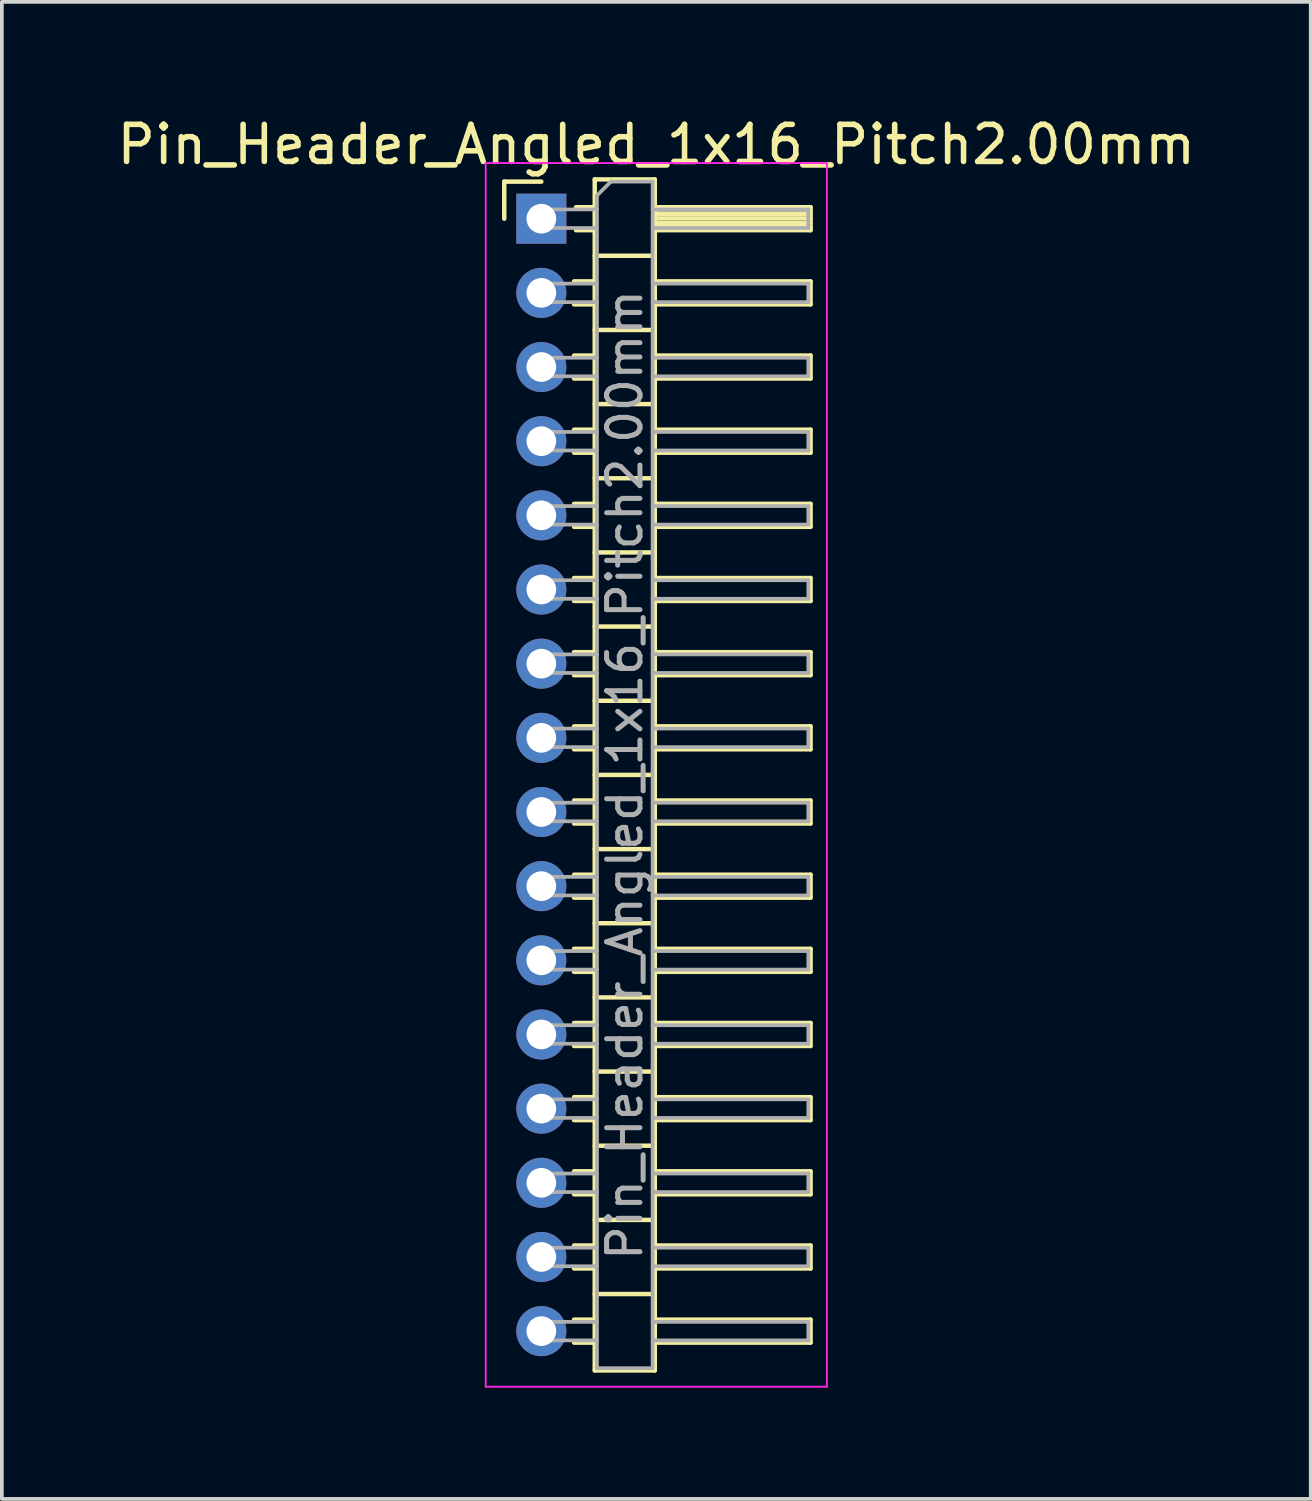
<source format=kicad_pcb>
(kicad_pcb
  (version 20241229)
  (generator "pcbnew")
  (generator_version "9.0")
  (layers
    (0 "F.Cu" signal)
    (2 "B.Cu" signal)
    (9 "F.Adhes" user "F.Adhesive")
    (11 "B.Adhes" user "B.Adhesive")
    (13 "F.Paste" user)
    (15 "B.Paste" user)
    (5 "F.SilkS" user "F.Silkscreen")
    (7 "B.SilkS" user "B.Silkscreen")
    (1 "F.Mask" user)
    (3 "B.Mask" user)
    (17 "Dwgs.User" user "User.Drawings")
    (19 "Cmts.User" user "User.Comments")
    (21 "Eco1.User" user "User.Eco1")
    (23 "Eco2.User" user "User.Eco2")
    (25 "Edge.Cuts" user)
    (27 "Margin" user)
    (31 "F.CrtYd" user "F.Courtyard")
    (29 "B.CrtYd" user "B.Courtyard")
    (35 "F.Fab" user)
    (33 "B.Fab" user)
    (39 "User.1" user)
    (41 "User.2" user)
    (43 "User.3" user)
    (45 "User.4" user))
  (footprint "Pin_Header_Angled_1x16_Pitch2.00mm"
    (layer "F.Cu")
    (at 11.549 2.848)
    (property "Reference" "Pin_Header_Angled_1x16_Pitch2.00mm" (at 3.1 -2 0) (layer "F.SilkS") (effects (font (size 1 1) (thickness 0.15))))
    (attr through_hole)
    (fp_line (start -1 -1) (end 0 -1) (stroke (width 0.12) (type solid)) (layer "F.SilkS"))
    (fp_line (start -1 0) (end -1 -1) (stroke (width 0.12) (type solid)) (layer "F.SilkS"))
    (fp_line (start 0.882 1.69) (end 1.44 1.69) (stroke (width 0.12) (type solid)) (layer "F.SilkS"))
    (fp_line (start 0.882 2.31) (end 1.44 2.31) (stroke (width 0.12) (type solid)) (layer "F.SilkS"))
    (fp_line (start 0.882 3.69) (end 1.44 3.69) (stroke (width 0.12) (type solid)) (layer "F.SilkS"))
    (fp_line (start 0.882 4.31) (end 1.44 4.31) (stroke (width 0.12) (type solid)) (layer "F.SilkS"))
    (fp_line (start 0.882 5.69) (end 1.44 5.69) (stroke (width 0.12) (type solid)) (layer "F.SilkS"))
    (fp_line (start 0.882 6.31) (end 1.44 6.31) (stroke (width 0.12) (type solid)) (layer "F.SilkS"))
    (fp_line (start 0.882 7.69) (end 1.44 7.69) (stroke (width 0.12) (type solid)) (layer "F.SilkS"))
    (fp_line (start 0.882 8.31) (end 1.44 8.31) (stroke (width 0.12) (type solid)) (layer "F.SilkS"))
    (fp_line (start 0.882 9.69) (end 1.44 9.69) (stroke (width 0.12) (type solid)) (layer "F.SilkS"))
    (fp_line (start 0.882 10.31) (end 1.44 10.31) (stroke (width 0.12) (type solid)) (layer "F.SilkS"))
    (fp_line (start 0.882 11.69) (end 1.44 11.69) (stroke (width 0.12) (type solid)) (layer "F.SilkS"))
    (fp_line (start 0.882 12.31) (end 1.44 12.31) (stroke (width 0.12) (type solid)) (layer "F.SilkS"))
    (fp_line (start 0.882 13.69) (end 1.44 13.69) (stroke (width 0.12) (type solid)) (layer "F.SilkS"))
    (fp_line (start 0.882 14.31) (end 1.44 14.31) (stroke (width 0.12) (type solid)) (layer "F.SilkS"))
    (fp_line (start 0.882 15.69) (end 1.44 15.69) (stroke (width 0.12) (type solid)) (layer "F.SilkS"))
    (fp_line (start 0.882 16.31) (end 1.44 16.31) (stroke (width 0.12) (type solid)) (layer "F.SilkS"))
    (fp_line (start 0.882 17.69) (end 1.44 17.69) (stroke (width 0.12) (type solid)) (layer "F.SilkS"))
    (fp_line (start 0.882 18.31) (end 1.44 18.31) (stroke (width 0.12) (type solid)) (layer "F.SilkS"))
    (fp_line (start 0.882 19.69) (end 1.44 19.69) (stroke (width 0.12) (type solid)) (layer "F.SilkS"))
    (fp_line (start 0.882 20.31) (end 1.44 20.31) (stroke (width 0.12) (type solid)) (layer "F.SilkS"))
    (fp_line (start 0.882 21.69) (end 1.44 21.69) (stroke (width 0.12) (type solid)) (layer "F.SilkS"))
    (fp_line (start 0.882 22.31) (end 1.44 22.31) (stroke (width 0.12) (type solid)) (layer "F.SilkS"))
    (fp_line (start 0.882 23.69) (end 1.44 23.69) (stroke (width 0.12) (type solid)) (layer "F.SilkS"))
    (fp_line (start 0.882 24.31) (end 1.44 24.31) (stroke (width 0.12) (type solid)) (layer "F.SilkS"))
    (fp_line (start 0.882 25.69) (end 1.44 25.69) (stroke (width 0.12) (type solid)) (layer "F.SilkS"))
    (fp_line (start 0.882 26.31) (end 1.44 26.31) (stroke (width 0.12) (type solid)) (layer "F.SilkS"))
    (fp_line (start 0.882 27.69) (end 1.44 27.69) (stroke (width 0.12) (type solid)) (layer "F.SilkS"))
    (fp_line (start 0.882 28.31) (end 1.44 28.31) (stroke (width 0.12) (type solid)) (layer "F.SilkS"))
    (fp_line (start 0.882 29.69) (end 1.44 29.69) (stroke (width 0.12) (type solid)) (layer "F.SilkS"))
    (fp_line (start 0.882 30.31) (end 1.44 30.31) (stroke (width 0.12) (type solid)) (layer "F.SilkS"))
    (fp_line (start 0.935 -0.31) (end 1.44 -0.31) (stroke (width 0.12) (type solid)) (layer "F.SilkS"))
    (fp_line (start 0.935 0.31) (end 1.44 0.31) (stroke (width 0.12) (type solid)) (layer "F.SilkS"))
    (fp_line (start 1.44 -1.06) (end 1.44 31.06) (stroke (width 0.12) (type solid)) (layer "F.SilkS"))
    (fp_line (start 1.44 1) (end 3.06 1) (stroke (width 0.12) (type solid)) (layer "F.SilkS"))
    (fp_line (start 1.44 3) (end 3.06 3) (stroke (width 0.12) (type solid)) (layer "F.SilkS"))
    (fp_line (start 1.44 5) (end 3.06 5) (stroke (width 0.12) (type solid)) (layer "F.SilkS"))
    (fp_line (start 1.44 7) (end 3.06 7) (stroke (width 0.12) (type solid)) (layer "F.SilkS"))
    (fp_line (start 1.44 9) (end 3.06 9) (stroke (width 0.12) (type solid)) (layer "F.SilkS"))
    (fp_line (start 1.44 11) (end 3.06 11) (stroke (width 0.12) (type solid)) (layer "F.SilkS"))
    (fp_line (start 1.44 13) (end 3.06 13) (stroke (width 0.12) (type solid)) (layer "F.SilkS"))
    (fp_line (start 1.44 15) (end 3.06 15) (stroke (width 0.12) (type solid)) (layer "F.SilkS"))
    (fp_line (start 1.44 17) (end 3.06 17) (stroke (width 0.12) (type solid)) (layer "F.SilkS"))
    (fp_line (start 1.44 19) (end 3.06 19) (stroke (width 0.12) (type solid)) (layer "F.SilkS"))
    (fp_line (start 1.44 21) (end 3.06 21) (stroke (width 0.12) (type solid)) (layer "F.SilkS"))
    (fp_line (start 1.44 23) (end 3.06 23) (stroke (width 0.12) (type solid)) (layer "F.SilkS"))
    (fp_line (start 1.44 25) (end 3.06 25) (stroke (width 0.12) (type solid)) (layer "F.SilkS"))
    (fp_line (start 1.44 27) (end 3.06 27) (stroke (width 0.12) (type solid)) (layer "F.SilkS"))
    (fp_line (start 1.44 29) (end 3.06 29) (stroke (width 0.12) (type solid)) (layer "F.SilkS"))
    (fp_line (start 1.44 31.06) (end 3.06 31.06) (stroke (width 0.12) (type solid)) (layer "F.SilkS"))
    (fp_line (start 3.06 -1.06) (end 1.44 -1.06) (stroke (width 0.12) (type solid)) (layer "F.SilkS"))
    (fp_line (start 3.06 -0.31) (end 7.26 -0.31) (stroke (width 0.12) (type solid)) (layer "F.SilkS"))
    (fp_line (start 3.06 -0.25) (end 7.26 -0.25) (stroke (width 0.12) (type solid)) (layer "F.SilkS"))
    (fp_line (start 3.06 -0.13) (end 7.26 -0.13) (stroke (width 0.12) (type solid)) (layer "F.SilkS"))
    (fp_line (start 3.06 -0.01) (end 7.26 -0.01) (stroke (width 0.12) (type solid)) (layer "F.SilkS"))
    (fp_line (start 3.06 0.11) (end 7.26 0.11) (stroke (width 0.12) (type solid)) (layer "F.SilkS"))
    (fp_line (start 3.06 0.23) (end 7.26 0.23) (stroke (width 0.12) (type solid)) (layer "F.SilkS"))
    (fp_line (start 3.06 1.69) (end 7.26 1.69) (stroke (width 0.12) (type solid)) (layer "F.SilkS"))
    (fp_line (start 3.06 3.69) (end 7.26 3.69) (stroke (width 0.12) (type solid)) (layer "F.SilkS"))
    (fp_line (start 3.06 5.69) (end 7.26 5.69) (stroke (width 0.12) (type solid)) (layer "F.SilkS"))
    (fp_line (start 3.06 7.69) (end 7.26 7.69) (stroke (width 0.12) (type solid)) (layer "F.SilkS"))
    (fp_line (start 3.06 9.69) (end 7.26 9.69) (stroke (width 0.12) (type solid)) (layer "F.SilkS"))
    (fp_line (start 3.06 11.69) (end 7.26 11.69) (stroke (width 0.12) (type solid)) (layer "F.SilkS"))
    (fp_line (start 3.06 13.69) (end 7.26 13.69) (stroke (width 0.12) (type solid)) (layer "F.SilkS"))
    (fp_line (start 3.06 15.69) (end 7.26 15.69) (stroke (width 0.12) (type solid)) (layer "F.SilkS"))
    (fp_line (start 3.06 17.69) (end 7.26 17.69) (stroke (width 0.12) (type solid)) (layer "F.SilkS"))
    (fp_line (start 3.06 19.69) (end 7.26 19.69) (stroke (width 0.12) (type solid)) (layer "F.SilkS"))
    (fp_line (start 3.06 21.69) (end 7.26 21.69) (stroke (width 0.12) (type solid)) (layer "F.SilkS"))
    (fp_line (start 3.06 23.69) (end 7.26 23.69) (stroke (width 0.12) (type solid)) (layer "F.SilkS"))
    (fp_line (start 3.06 25.69) (end 7.26 25.69) (stroke (width 0.12) (type solid)) (layer "F.SilkS"))
    (fp_line (start 3.06 27.69) (end 7.26 27.69) (stroke (width 0.12) (type solid)) (layer "F.SilkS"))
    (fp_line (start 3.06 29.69) (end 7.26 29.69) (stroke (width 0.12) (type solid)) (layer "F.SilkS"))
    (fp_line (start 3.06 31.06) (end 3.06 -1.06) (stroke (width 0.12) (type solid)) (layer "F.SilkS"))
    (fp_line (start 7.26 -0.31) (end 7.26 0.31) (stroke (width 0.12) (type solid)) (layer "F.SilkS"))
    (fp_line (start 7.26 0.31) (end 3.06 0.31) (stroke (width 0.12) (type solid)) (layer "F.SilkS"))
    (fp_line (start 7.26 1.69) (end 7.26 2.31) (stroke (width 0.12) (type solid)) (layer "F.SilkS"))
    (fp_line (start 7.26 2.31) (end 3.06 2.31) (stroke (width 0.12) (type solid)) (layer "F.SilkS"))
    (fp_line (start 7.26 3.69) (end 7.26 4.31) (stroke (width 0.12) (type solid)) (layer "F.SilkS"))
    (fp_line (start 7.26 4.31) (end 3.06 4.31) (stroke (width 0.12) (type solid)) (layer "F.SilkS"))
    (fp_line (start 7.26 5.69) (end 7.26 6.31) (stroke (width 0.12) (type solid)) (layer "F.SilkS"))
    (fp_line (start 7.26 6.31) (end 3.06 6.31) (stroke (width 0.12) (type solid)) (layer "F.SilkS"))
    (fp_line (start 7.26 7.69) (end 7.26 8.31) (stroke (width 0.12) (type solid)) (layer "F.SilkS"))
    (fp_line (start 7.26 8.31) (end 3.06 8.31) (stroke (width 0.12) (type solid)) (layer "F.SilkS"))
    (fp_line (start 7.26 9.69) (end 7.26 10.31) (stroke (width 0.12) (type solid)) (layer "F.SilkS"))
    (fp_line (start 7.26 10.31) (end 3.06 10.31) (stroke (width 0.12) (type solid)) (layer "F.SilkS"))
    (fp_line (start 7.26 11.69) (end 7.26 12.31) (stroke (width 0.12) (type solid)) (layer "F.SilkS"))
    (fp_line (start 7.26 12.31) (end 3.06 12.31) (stroke (width 0.12) (type solid)) (layer "F.SilkS"))
    (fp_line (start 7.26 13.69) (end 7.26 14.31) (stroke (width 0.12) (type solid)) (layer "F.SilkS"))
    (fp_line (start 7.26 14.31) (end 3.06 14.31) (stroke (width 0.12) (type solid)) (layer "F.SilkS"))
    (fp_line (start 7.26 15.69) (end 7.26 16.31) (stroke (width 0.12) (type solid)) (layer "F.SilkS"))
    (fp_line (start 7.26 16.31) (end 3.06 16.31) (stroke (width 0.12) (type solid)) (layer "F.SilkS"))
    (fp_line (start 7.26 17.69) (end 7.26 18.31) (stroke (width 0.12) (type solid)) (layer "F.SilkS"))
    (fp_line (start 7.26 18.31) (end 3.06 18.31) (stroke (width 0.12) (type solid)) (layer "F.SilkS"))
    (fp_line (start 7.26 19.69) (end 7.26 20.31) (stroke (width 0.12) (type solid)) (layer "F.SilkS"))
    (fp_line (start 7.26 20.31) (end 3.06 20.31) (stroke (width 0.12) (type solid)) (layer "F.SilkS"))
    (fp_line (start 7.26 21.69) (end 7.26 22.31) (stroke (width 0.12) (type solid)) (layer "F.SilkS"))
    (fp_line (start 7.26 22.31) (end 3.06 22.31) (stroke (width 0.12) (type solid)) (layer "F.SilkS"))
    (fp_line (start 7.26 23.69) (end 7.26 24.31) (stroke (width 0.12) (type solid)) (layer "F.SilkS"))
    (fp_line (start 7.26 24.31) (end 3.06 24.31) (stroke (width 0.12) (type solid)) (layer "F.SilkS"))
    (fp_line (start 7.26 25.69) (end 7.26 26.31) (stroke (width 0.12) (type solid)) (layer "F.SilkS"))
    (fp_line (start 7.26 26.31) (end 3.06 26.31) (stroke (width 0.12) (type solid)) (layer "F.SilkS"))
    (fp_line (start 7.26 27.69) (end 7.26 28.31) (stroke (width 0.12) (type solid)) (layer "F.SilkS"))
    (fp_line (start 7.26 28.31) (end 3.06 28.31) (stroke (width 0.12) (type solid)) (layer "F.SilkS"))
    (fp_line (start 7.26 29.69) (end 7.26 30.31) (stroke (width 0.12) (type solid)) (layer "F.SilkS"))
    (fp_line (start 7.26 30.31) (end 3.06 30.31) (stroke (width 0.12) (type solid)) (layer "F.SilkS"))
    (fp_line (start -1.5 -1.5) (end -1.5 31.5) (stroke (width 0.05) (type solid)) (layer "F.CrtYd"))
    (fp_line (start -1.5 31.5) (end 7.7 31.5) (stroke (width 0.05) (type solid)) (layer "F.CrtYd"))
    (fp_line (start 7.7 -1.5) (end -1.5 -1.5) (stroke (width 0.05) (type solid)) (layer "F.CrtYd"))
    (fp_line (start 7.7 31.5) (end 7.7 -1.5) (stroke (width 0.05) (type solid)) (layer "F.CrtYd"))
    (fp_line (start -0.25 -0.25) (end -0.25 0.25) (stroke (width 0.1) (type solid)) (layer "F.Fab"))
    (fp_line (start -0.25 -0.25) (end 1.5 -0.25) (stroke (width 0.1) (type solid)) (layer "F.Fab"))
    (fp_line (start -0.25 0.25) (end 1.5 0.25) (stroke (width 0.1) (type solid)) (layer "F.Fab"))
    (fp_line (start -0.25 1.75) (end -0.25 2.25) (stroke (width 0.1) (type solid)) (layer "F.Fab"))
    (fp_line (start -0.25 1.75) (end 1.5 1.75) (stroke (width 0.1) (type solid)) (layer "F.Fab"))
    (fp_line (start -0.25 2.25) (end 1.5 2.25) (stroke (width 0.1) (type solid)) (layer "F.Fab"))
    (fp_line (start -0.25 3.75) (end -0.25 4.25) (stroke (width 0.1) (type solid)) (layer "F.Fab"))
    (fp_line (start -0.25 3.75) (end 1.5 3.75) (stroke (width 0.1) (type solid)) (layer "F.Fab"))
    (fp_line (start -0.25 4.25) (end 1.5 4.25) (stroke (width 0.1) (type solid)) (layer "F.Fab"))
    (fp_line (start -0.25 5.75) (end -0.25 6.25) (stroke (width 0.1) (type solid)) (layer "F.Fab"))
    (fp_line (start -0.25 5.75) (end 1.5 5.75) (stroke (width 0.1) (type solid)) (layer "F.Fab"))
    (fp_line (start -0.25 6.25) (end 1.5 6.25) (stroke (width 0.1) (type solid)) (layer "F.Fab"))
    (fp_line (start -0.25 7.75) (end -0.25 8.25) (stroke (width 0.1) (type solid)) (layer "F.Fab"))
    (fp_line (start -0.25 7.75) (end 1.5 7.75) (stroke (width 0.1) (type solid)) (layer "F.Fab"))
    (fp_line (start -0.25 8.25) (end 1.5 8.25) (stroke (width 0.1) (type solid)) (layer "F.Fab"))
    (fp_line (start -0.25 9.75) (end -0.25 10.25) (stroke (width 0.1) (type solid)) (layer "F.Fab"))
    (fp_line (start -0.25 9.75) (end 1.5 9.75) (stroke (width 0.1) (type solid)) (layer "F.Fab"))
    (fp_line (start -0.25 10.25) (end 1.5 10.25) (stroke (width 0.1) (type solid)) (layer "F.Fab"))
    (fp_line (start -0.25 11.75) (end -0.25 12.25) (stroke (width 0.1) (type solid)) (layer "F.Fab"))
    (fp_line (start -0.25 11.75) (end 1.5 11.75) (stroke (width 0.1) (type solid)) (layer "F.Fab"))
    (fp_line (start -0.25 12.25) (end 1.5 12.25) (stroke (width 0.1) (type solid)) (layer "F.Fab"))
    (fp_line (start -0.25 13.75) (end -0.25 14.25) (stroke (width 0.1) (type solid)) (layer "F.Fab"))
    (fp_line (start -0.25 13.75) (end 1.5 13.75) (stroke (width 0.1) (type solid)) (layer "F.Fab"))
    (fp_line (start -0.25 14.25) (end 1.5 14.25) (stroke (width 0.1) (type solid)) (layer "F.Fab"))
    (fp_line (start -0.25 15.75) (end -0.25 16.25) (stroke (width 0.1) (type solid)) (layer "F.Fab"))
    (fp_line (start -0.25 15.75) (end 1.5 15.75) (stroke (width 0.1) (type solid)) (layer "F.Fab"))
    (fp_line (start -0.25 16.25) (end 1.5 16.25) (stroke (width 0.1) (type solid)) (layer "F.Fab"))
    (fp_line (start -0.25 17.75) (end -0.25 18.25) (stroke (width 0.1) (type solid)) (layer "F.Fab"))
    (fp_line (start -0.25 17.75) (end 1.5 17.75) (stroke (width 0.1) (type solid)) (layer "F.Fab"))
    (fp_line (start -0.25 18.25) (end 1.5 18.25) (stroke (width 0.1) (type solid)) (layer "F.Fab"))
    (fp_line (start -0.25 19.75) (end -0.25 20.25) (stroke (width 0.1) (type solid)) (layer "F.Fab"))
    (fp_line (start -0.25 19.75) (end 1.5 19.75) (stroke (width 0.1) (type solid)) (layer "F.Fab"))
    (fp_line (start -0.25 20.25) (end 1.5 20.25) (stroke (width 0.1) (type solid)) (layer "F.Fab"))
    (fp_line (start -0.25 21.75) (end -0.25 22.25) (stroke (width 0.1) (type solid)) (layer "F.Fab"))
    (fp_line (start -0.25 21.75) (end 1.5 21.75) (stroke (width 0.1) (type solid)) (layer "F.Fab"))
    (fp_line (start -0.25 22.25) (end 1.5 22.25) (stroke (width 0.1) (type solid)) (layer "F.Fab"))
    (fp_line (start -0.25 23.75) (end -0.25 24.25) (stroke (width 0.1) (type solid)) (layer "F.Fab"))
    (fp_line (start -0.25 23.75) (end 1.5 23.75) (stroke (width 0.1) (type solid)) (layer "F.Fab"))
    (fp_line (start -0.25 24.25) (end 1.5 24.25) (stroke (width 0.1) (type solid)) (layer "F.Fab"))
    (fp_line (start -0.25 25.75) (end -0.25 26.25) (stroke (width 0.1) (type solid)) (layer "F.Fab"))
    (fp_line (start -0.25 25.75) (end 1.5 25.75) (stroke (width 0.1) (type solid)) (layer "F.Fab"))
    (fp_line (start -0.25 26.25) (end 1.5 26.25) (stroke (width 0.1) (type solid)) (layer "F.Fab"))
    (fp_line (start -0.25 27.75) (end -0.25 28.25) (stroke (width 0.1) (type solid)) (layer "F.Fab"))
    (fp_line (start -0.25 27.75) (end 1.5 27.75) (stroke (width 0.1) (type solid)) (layer "F.Fab"))
    (fp_line (start -0.25 28.25) (end 1.5 28.25) (stroke (width 0.1) (type solid)) (layer "F.Fab"))
    (fp_line (start -0.25 29.75) (end -0.25 30.25) (stroke (width 0.1) (type solid)) (layer "F.Fab"))
    (fp_line (start -0.25 29.75) (end 1.5 29.75) (stroke (width 0.1) (type solid)) (layer "F.Fab"))
    (fp_line (start -0.25 30.25) (end 1.5 30.25) (stroke (width 0.1) (type solid)) (layer "F.Fab"))
    (fp_line (start 1.5 -0.625) (end 1.875 -1) (stroke (width 0.1) (type solid)) (layer "F.Fab"))
    (fp_line (start 1.5 31) (end 1.5 -0.625) (stroke (width 0.1) (type solid)) (layer "F.Fab"))
    (fp_line (start 1.875 -1) (end 3 -1) (stroke (width 0.1) (type solid)) (layer "F.Fab"))
    (fp_line (start 3 -1) (end 3 31) (stroke (width 0.1) (type solid)) (layer "F.Fab"))
    (fp_line (start 3 -0.25) (end 7.2 -0.25) (stroke (width 0.1) (type solid)) (layer "F.Fab"))
    (fp_line (start 3 0.25) (end 7.2 0.25) (stroke (width 0.1) (type solid)) (layer "F.Fab"))
    (fp_line (start 3 1.75) (end 7.2 1.75) (stroke (width 0.1) (type solid)) (layer "F.Fab"))
    (fp_line (start 3 2.25) (end 7.2 2.25) (stroke (width 0.1) (type solid)) (layer "F.Fab"))
    (fp_line (start 3 3.75) (end 7.2 3.75) (stroke (width 0.1) (type solid)) (layer "F.Fab"))
    (fp_line (start 3 4.25) (end 7.2 4.25) (stroke (width 0.1) (type solid)) (layer "F.Fab"))
    (fp_line (start 3 5.75) (end 7.2 5.75) (stroke (width 0.1) (type solid)) (layer "F.Fab"))
    (fp_line (start 3 6.25) (end 7.2 6.25) (stroke (width 0.1) (type solid)) (layer "F.Fab"))
    (fp_line (start 3 7.75) (end 7.2 7.75) (stroke (width 0.1) (type solid)) (layer "F.Fab"))
    (fp_line (start 3 8.25) (end 7.2 8.25) (stroke (width 0.1) (type solid)) (layer "F.Fab"))
    (fp_line (start 3 9.75) (end 7.2 9.75) (stroke (width 0.1) (type solid)) (layer "F.Fab"))
    (fp_line (start 3 10.25) (end 7.2 10.25) (stroke (width 0.1) (type solid)) (layer "F.Fab"))
    (fp_line (start 3 11.75) (end 7.2 11.75) (stroke (width 0.1) (type solid)) (layer "F.Fab"))
    (fp_line (start 3 12.25) (end 7.2 12.25) (stroke (width 0.1) (type solid)) (layer "F.Fab"))
    (fp_line (start 3 13.75) (end 7.2 13.75) (stroke (width 0.1) (type solid)) (layer "F.Fab"))
    (fp_line (start 3 14.25) (end 7.2 14.25) (stroke (width 0.1) (type solid)) (layer "F.Fab"))
    (fp_line (start 3 15.75) (end 7.2 15.75) (stroke (width 0.1) (type solid)) (layer "F.Fab"))
    (fp_line (start 3 16.25) (end 7.2 16.25) (stroke (width 0.1) (type solid)) (layer "F.Fab"))
    (fp_line (start 3 17.75) (end 7.2 17.75) (stroke (width 0.1) (type solid)) (layer "F.Fab"))
    (fp_line (start 3 18.25) (end 7.2 18.25) (stroke (width 0.1) (type solid)) (layer "F.Fab"))
    (fp_line (start 3 19.75) (end 7.2 19.75) (stroke (width 0.1) (type solid)) (layer "F.Fab"))
    (fp_line (start 3 20.25) (end 7.2 20.25) (stroke (width 0.1) (type solid)) (layer "F.Fab"))
    (fp_line (start 3 21.75) (end 7.2 21.75) (stroke (width 0.1) (type solid)) (layer "F.Fab"))
    (fp_line (start 3 22.25) (end 7.2 22.25) (stroke (width 0.1) (type solid)) (layer "F.Fab"))
    (fp_line (start 3 23.75) (end 7.2 23.75) (stroke (width 0.1) (type solid)) (layer "F.Fab"))
    (fp_line (start 3 24.25) (end 7.2 24.25) (stroke (width 0.1) (type solid)) (layer "F.Fab"))
    (fp_line (start 3 25.75) (end 7.2 25.75) (stroke (width 0.1) (type solid)) (layer "F.Fab"))
    (fp_line (start 3 26.25) (end 7.2 26.25) (stroke (width 0.1) (type solid)) (layer "F.Fab"))
    (fp_line (start 3 27.75) (end 7.2 27.75) (stroke (width 0.1) (type solid)) (layer "F.Fab"))
    (fp_line (start 3 28.25) (end 7.2 28.25) (stroke (width 0.1) (type solid)) (layer "F.Fab"))
    (fp_line (start 3 29.75) (end 7.2 29.75) (stroke (width 0.1) (type solid)) (layer "F.Fab"))
    (fp_line (start 3 30.25) (end 7.2 30.25) (stroke (width 0.1) (type solid)) (layer "F.Fab"))
    (fp_line (start 3 31) (end 1.5 31) (stroke (width 0.1) (type solid)) (layer "F.Fab"))
    (fp_line (start 7.2 -0.25) (end 7.2 0.25) (stroke (width 0.1) (type solid)) (layer "F.Fab"))
    (fp_line (start 7.2 1.75) (end 7.2 2.25) (stroke (width 0.1) (type solid)) (layer "F.Fab"))
    (fp_line (start 7.2 3.75) (end 7.2 4.25) (stroke (width 0.1) (type solid)) (layer "F.Fab"))
    (fp_line (start 7.2 5.75) (end 7.2 6.25) (stroke (width 0.1) (type solid)) (layer "F.Fab"))
    (fp_line (start 7.2 7.75) (end 7.2 8.25) (stroke (width 0.1) (type solid)) (layer "F.Fab"))
    (fp_line (start 7.2 9.75) (end 7.2 10.25) (stroke (width 0.1) (type solid)) (layer "F.Fab"))
    (fp_line (start 7.2 11.75) (end 7.2 12.25) (stroke (width 0.1) (type solid)) (layer "F.Fab"))
    (fp_line (start 7.2 13.75) (end 7.2 14.25) (stroke (width 0.1) (type solid)) (layer "F.Fab"))
    (fp_line (start 7.2 15.75) (end 7.2 16.25) (stroke (width 0.1) (type solid)) (layer "F.Fab"))
    (fp_line (start 7.2 17.75) (end 7.2 18.25) (stroke (width 0.1) (type solid)) (layer "F.Fab"))
    (fp_line (start 7.2 19.75) (end 7.2 20.25) (stroke (width 0.1) (type solid)) (layer "F.Fab"))
    (fp_line (start 7.2 21.75) (end 7.2 22.25) (stroke (width 0.1) (type solid)) (layer "F.Fab"))
    (fp_line (start 7.2 23.75) (end 7.2 24.25) (stroke (width 0.1) (type solid)) (layer "F.Fab"))
    (fp_line (start 7.2 25.75) (end 7.2 26.25) (stroke (width 0.1) (type solid)) (layer "F.Fab"))
    (fp_line (start 7.2 27.75) (end 7.2 28.25) (stroke (width 0.1) (type solid)) (layer "F.Fab"))
    (fp_line (start 7.2 29.75) (end 7.2 30.25) (stroke (width 0.1) (type solid)) (layer "F.Fab"))
    (fp_text user "${REFERENCE}" (at 2.25 15 90) (layer "F.Fab") (effects (font (size 0.9 0.9) (thickness 0.135))))
    (pad "1" thru_hole rect (at 0 0) (size 1.35 1.35) (drill 0.8) (layers "*.Cu" "*.Mask"))
    (pad "2" thru_hole oval (at 0 2) (size 1.35 1.35) (drill 0.8) (layers "*.Cu" "*.Mask"))
    (pad "3" thru_hole oval (at 0 4) (size 1.35 1.35) (drill 0.8) (layers "*.Cu" "*.Mask"))
    (pad "4" thru_hole oval (at 0 6) (size 1.35 1.35) (drill 0.8) (layers "*.Cu" "*.Mask"))
    (pad "5" thru_hole oval (at 0 8) (size 1.35 1.35) (drill 0.8) (layers "*.Cu" "*.Mask"))
    (pad "6" thru_hole oval (at 0 10) (size 1.35 1.35) (drill 0.8) (layers "*.Cu" "*.Mask"))
    (pad "7" thru_hole oval (at 0 12) (size 1.35 1.35) (drill 0.8) (layers "*.Cu" "*.Mask"))
    (pad "8" thru_hole oval (at 0 14) (size 1.35 1.35) (drill 0.8) (layers "*.Cu" "*.Mask"))
    (pad "9" thru_hole oval (at 0 16) (size 1.35 1.35) (drill 0.8) (layers "*.Cu" "*.Mask"))
    (pad "10" thru_hole oval (at 0 18) (size 1.35 1.35) (drill 0.8) (layers "*.Cu" "*.Mask"))
    (pad "11" thru_hole oval (at 0 20) (size 1.35 1.35) (drill 0.8) (layers "*.Cu" "*.Mask"))
    (pad "12" thru_hole oval (at 0 22) (size 1.35 1.35) (drill 0.8) (layers "*.Cu" "*.Mask"))
    (pad "13" thru_hole oval (at 0 24) (size 1.35 1.35) (drill 0.8) (layers "*.Cu" "*.Mask"))
    (pad "14" thru_hole oval (at 0 26) (size 1.35 1.35) (drill 0.8) (layers "*.Cu" "*.Mask"))
    (pad "15" thru_hole oval (at 0 28) (size 1.35 1.35) (drill 0.8) (layers "*.Cu" "*.Mask"))
    (pad "16" thru_hole oval (at 0 30) (size 1.35 1.35) (drill 0.8) (layers "*.Cu" "*.Mask")))
  (gr_rect
    (start -3 -3)
    (end 32.298 37.373)
    (stroke (width 0.1) (type default))
    (fill no)
    (layer "Edge.Cuts")))
</source>
